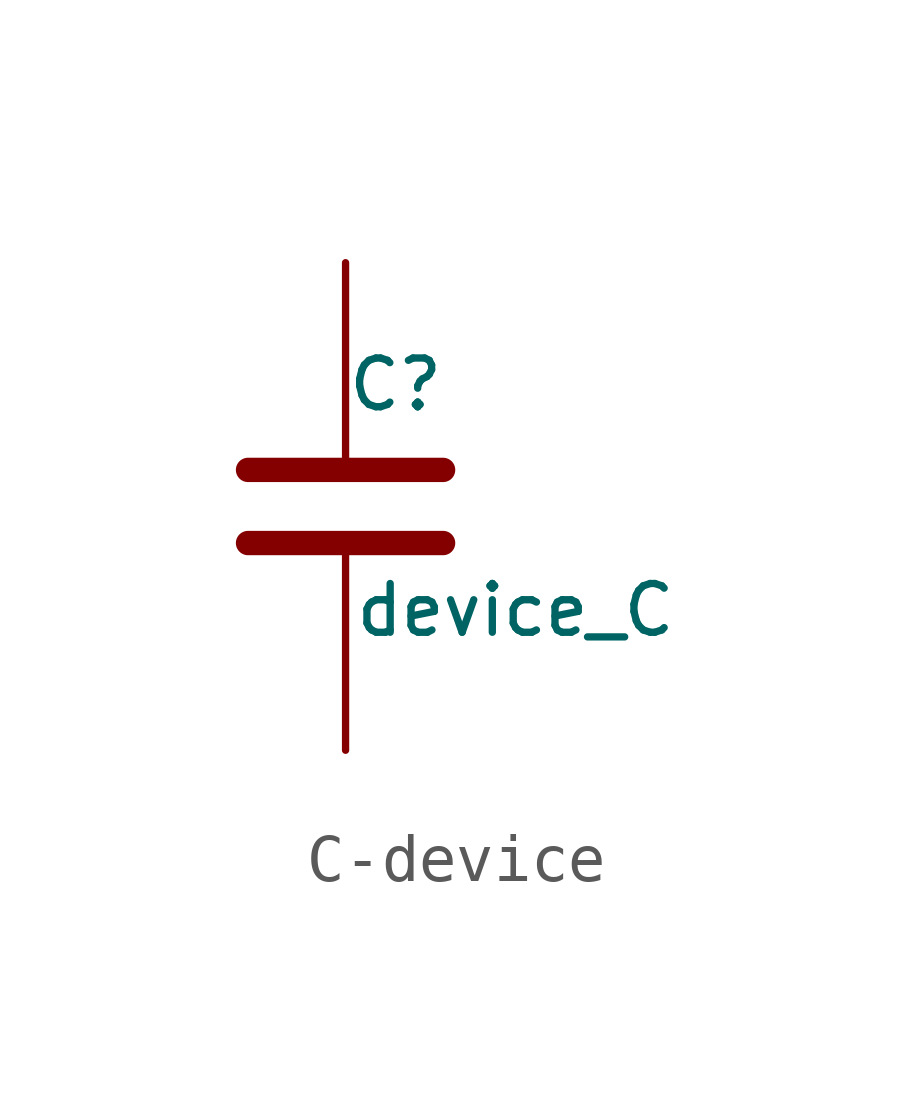
<source format=kicad_sym>
(kicad_symbol_lib
  (version 20220914)
  (generator kicad_symbol_editor)
  (symbol "C-device"
    (pin_numbers hide)
    (pin_names
      (offset 0.254))
    (property "Reference" "C"
      (at 0 2.54 0)
      (effects (font (size 1.016 1.016)) (justify left)))
    (property "Value" "device_C"
      (at 0.152 -2.159 0)
      (effects (font (size 1.016 1.016)) (justify left)))
    (property "Footprint" ""
      (at 0.965 -3.81 0)
      (effects (font (size 0.762 0.762))))
    (property "Datasheet" ""
      (at 0 0 0)
      (effects (font (size 1.524 1.524))))
    (symbol "C-device_0_1"
      (polyline (pts (xy -2.032 -0.762) (xy 2.032 -0.762)) (stroke (width 0.508) (type solid)) (fill (type none)))
      (polyline (pts (xy -2.032 0.762) (xy 2.032 0.762)) (stroke (width 0.508) (type solid)) (fill (type none))))
    (symbol "C-device_1_1"
      (pin passive line (at 0 5.08 270) (length 4.318) (name "~" (effects (font (size 1.016 1.016)))) (number "1" (effects (font (size 1.016 1.016)))))
      (pin passive line (at 0 -5.08 90) (length 4.318) (name "~" (effects (font (size 1.016 1.016)))) (number "2" (effects (font (size 1.016 1.016))))))))
</source>
